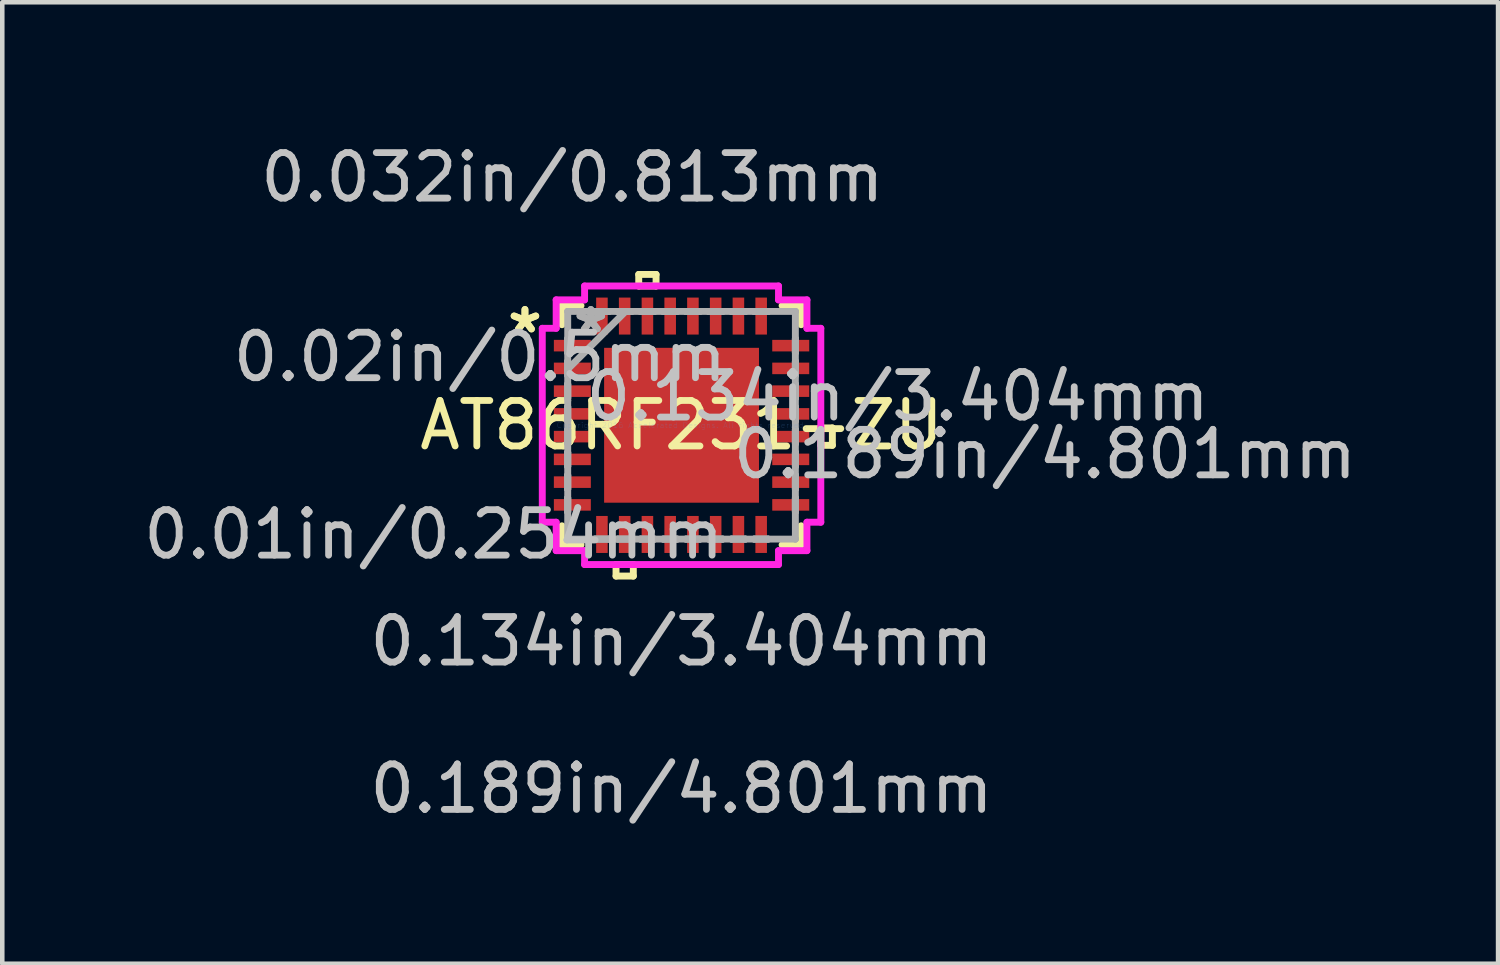
<source format=kicad_pcb>
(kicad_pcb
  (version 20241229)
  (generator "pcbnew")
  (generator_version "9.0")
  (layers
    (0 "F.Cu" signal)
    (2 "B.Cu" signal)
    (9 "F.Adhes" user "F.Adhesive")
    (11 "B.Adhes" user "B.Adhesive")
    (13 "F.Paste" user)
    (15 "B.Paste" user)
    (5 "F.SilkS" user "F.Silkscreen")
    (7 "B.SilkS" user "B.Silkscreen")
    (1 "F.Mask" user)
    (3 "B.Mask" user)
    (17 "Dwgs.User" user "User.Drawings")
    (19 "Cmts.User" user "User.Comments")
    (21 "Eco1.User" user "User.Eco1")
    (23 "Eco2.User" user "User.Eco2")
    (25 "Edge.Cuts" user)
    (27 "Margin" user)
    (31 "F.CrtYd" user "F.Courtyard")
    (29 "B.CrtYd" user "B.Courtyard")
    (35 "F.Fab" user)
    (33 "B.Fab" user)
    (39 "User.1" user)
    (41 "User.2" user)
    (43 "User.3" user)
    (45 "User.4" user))
  (footprint "AT86RF231-ZU"
    (layer "F.Cu")
    (at 11.93 6.297)
    (property "Reference" "AT86RF231-ZU" (at 0 0 0) (layer "F.SilkS") (effects (font (size 1 1) (thickness 0.15))))
    (attr through_hole)
    (fp_line (start -2.629 -2.629) (end -2.629 -2.21) (stroke (width 0.152) (type solid)) (layer "F.SilkS"))
    (fp_line (start -2.629 2.21) (end -2.629 2.629) (stroke (width 0.152) (type solid)) (layer "F.SilkS"))
    (fp_line (start -2.629 2.629) (end -2.21 2.629) (stroke (width 0.152) (type solid)) (layer "F.SilkS"))
    (fp_line (start -2.21 -2.629) (end -2.629 -2.629) (stroke (width 0.152) (type solid)) (layer "F.SilkS"))
    (fp_line (start -1.44 3.061) (end -1.44 3.315) (stroke (width 0.152) (type solid)) (layer "F.SilkS"))
    (fp_line (start -1.44 3.315) (end -1.06 3.315) (stroke (width 0.152) (type solid)) (layer "F.SilkS"))
    (fp_line (start -1.06 3.061) (end -1.44 3.061) (stroke (width 0.152) (type solid)) (layer "F.SilkS"))
    (fp_line (start -1.06 3.315) (end -1.06 3.061) (stroke (width 0.152) (type solid)) (layer "F.SilkS"))
    (fp_line (start -0.941 -3.315) (end -0.56 -3.315) (stroke (width 0.152) (type solid)) (layer "F.SilkS"))
    (fp_line (start -0.941 -3.061) (end -0.941 -3.315) (stroke (width 0.152) (type solid)) (layer "F.SilkS"))
    (fp_line (start -0.56 -3.315) (end -0.56 -3.061) (stroke (width 0.152) (type solid)) (layer "F.SilkS"))
    (fp_line (start -0.56 -3.061) (end -0.941 -3.061) (stroke (width 0.152) (type solid)) (layer "F.SilkS"))
    (fp_line (start 2.21 2.629) (end 2.629 2.629) (stroke (width 0.152) (type solid)) (layer "F.SilkS"))
    (fp_line (start 2.629 -2.629) (end 2.21 -2.629) (stroke (width 0.152) (type solid)) (layer "F.SilkS"))
    (fp_line (start 2.629 -2.21) (end 2.629 -2.629) (stroke (width 0.152) (type solid)) (layer "F.SilkS"))
    (fp_line (start 2.629 2.629) (end 2.629 2.21) (stroke (width 0.152) (type solid)) (layer "F.SilkS"))
    (fp_line (start 3.061 0.059) (end 3.315 0.059) (stroke (width 0.152) (type solid)) (layer "F.SilkS"))
    (fp_line (start 3.061 0.441) (end 3.061 0.059) (stroke (width 0.152) (type solid)) (layer "F.SilkS"))
    (fp_line (start 3.315 0.059) (end 3.315 0.441) (stroke (width 0.152) (type solid)) (layer "F.SilkS"))
    (fp_line (start 3.315 0.441) (end 3.061 0.441) (stroke (width 0.152) (type solid)) (layer "F.SilkS"))
    (fp_line (start -1.602 -1.602) (end -1.602 -0.1) (stroke (width 0.152) (type solid)) (layer "F.Paste"))
    (fp_line (start -1.602 -0.1) (end -0.1 -0.1) (stroke (width 0.152) (type solid)) (layer "F.Paste"))
    (fp_line (start -1.602 0.1) (end -1.602 1.602) (stroke (width 0.152) (type solid)) (layer "F.Paste"))
    (fp_line (start -1.602 1.602) (end -0.1 1.602) (stroke (width 0.152) (type solid)) (layer "F.Paste"))
    (fp_line (start -0.1 -1.602) (end -1.602 -1.602) (stroke (width 0.152) (type solid)) (layer "F.Paste"))
    (fp_line (start -0.1 -0.1) (end -0.1 -1.602) (stroke (width 0.152) (type solid)) (layer "F.Paste"))
    (fp_line (start -0.1 0.1) (end -1.602 0.1) (stroke (width 0.152) (type solid)) (layer "F.Paste"))
    (fp_line (start -0.1 1.602) (end -0.1 0.1) (stroke (width 0.152) (type solid)) (layer "F.Paste"))
    (fp_line (start 0.1 -1.602) (end 0.1 -0.1) (stroke (width 0.152) (type solid)) (layer "F.Paste"))
    (fp_line (start 0.1 -0.1) (end 1.602 -0.1) (stroke (width 0.152) (type solid)) (layer "F.Paste"))
    (fp_line (start 0.1 0.1) (end 0.1 1.602) (stroke (width 0.152) (type solid)) (layer "F.Paste"))
    (fp_line (start 0.1 1.602) (end 1.602 1.602) (stroke (width 0.152) (type solid)) (layer "F.Paste"))
    (fp_line (start 1.602 -1.602) (end 0.1 -1.602) (stroke (width 0.152) (type solid)) (layer "F.Paste"))
    (fp_line (start 1.602 -0.1) (end 1.602 -1.602) (stroke (width 0.152) (type solid)) (layer "F.Paste"))
    (fp_line (start 1.602 0.1) (end 0.1 0.1) (stroke (width 0.152) (type solid)) (layer "F.Paste"))
    (fp_line (start 1.602 1.602) (end 1.602 0.1) (stroke (width 0.152) (type solid)) (layer "F.Paste"))
    (fp_line (start -3.061 -2.131) (end -2.756 -2.131) (stroke (width 0.152) (type solid)) (layer "F.CrtYd"))
    (fp_line (start -3.061 2.131) (end -3.061 -2.131) (stroke (width 0.152) (type solid)) (layer "F.CrtYd"))
    (fp_line (start -2.756 -2.756) (end -2.131 -2.756) (stroke (width 0.152) (type solid)) (layer "F.CrtYd"))
    (fp_line (start -2.756 -2.131) (end -2.756 -2.756) (stroke (width 0.152) (type solid)) (layer "F.CrtYd"))
    (fp_line (start -2.756 2.131) (end -3.061 2.131) (stroke (width 0.152) (type solid)) (layer "F.CrtYd"))
    (fp_line (start -2.756 2.756) (end -2.756 2.131) (stroke (width 0.152) (type solid)) (layer "F.CrtYd"))
    (fp_line (start -2.131 -3.061) (end 2.131 -3.061) (stroke (width 0.152) (type solid)) (layer "F.CrtYd"))
    (fp_line (start -2.131 -2.756) (end -2.131 -3.061) (stroke (width 0.152) (type solid)) (layer "F.CrtYd"))
    (fp_line (start -2.131 2.756) (end -2.756 2.756) (stroke (width 0.152) (type solid)) (layer "F.CrtYd"))
    (fp_line (start -2.131 3.061) (end -2.131 2.756) (stroke (width 0.152) (type solid)) (layer "F.CrtYd"))
    (fp_line (start 2.131 -3.061) (end 2.131 -2.756) (stroke (width 0.152) (type solid)) (layer "F.CrtYd"))
    (fp_line (start 2.131 -2.756) (end 2.756 -2.756) (stroke (width 0.152) (type solid)) (layer "F.CrtYd"))
    (fp_line (start 2.131 2.756) (end 2.131 3.061) (stroke (width 0.152) (type solid)) (layer "F.CrtYd"))
    (fp_line (start 2.131 3.061) (end -2.131 3.061) (stroke (width 0.152) (type solid)) (layer "F.CrtYd"))
    (fp_line (start 2.756 -2.756) (end 2.756 -2.131) (stroke (width 0.152) (type solid)) (layer "F.CrtYd"))
    (fp_line (start 2.756 -2.131) (end 3.061 -2.131) (stroke (width 0.152) (type solid)) (layer "F.CrtYd"))
    (fp_line (start 2.756 2.131) (end 2.756 2.756) (stroke (width 0.152) (type solid)) (layer "F.CrtYd"))
    (fp_line (start 2.756 2.756) (end 2.131 2.756) (stroke (width 0.152) (type solid)) (layer "F.CrtYd"))
    (fp_line (start 3.061 -2.131) (end 3.061 2.131) (stroke (width 0.152) (type solid)) (layer "F.CrtYd"))
    (fp_line (start 3.061 2.131) (end 2.756 2.131) (stroke (width 0.152) (type solid)) (layer "F.CrtYd"))
    (fp_line (start -2.502 -2.502) (end -2.502 -2.502) (stroke (width 0.152) (type solid)) (layer "F.Fab"))
    (fp_line (start -2.502 -2.502) (end -2.502 2.502) (stroke (width 0.152) (type solid)) (layer "F.Fab"))
    (fp_line (start -2.502 -1.902) (end -2.502 -1.902) (stroke (width 0.152) (type solid)) (layer "F.Fab"))
    (fp_line (start -2.502 -1.902) (end -2.502 -1.598) (stroke (width 0.152) (type solid)) (layer "F.Fab"))
    (fp_line (start -2.502 -1.598) (end -2.502 -1.902) (stroke (width 0.152) (type solid)) (layer "F.Fab"))
    (fp_line (start -2.502 -1.598) (end -2.502 -1.598) (stroke (width 0.152) (type solid)) (layer "F.Fab"))
    (fp_line (start -2.502 -1.402) (end -2.502 -1.402) (stroke (width 0.152) (type solid)) (layer "F.Fab"))
    (fp_line (start -2.502 -1.402) (end -2.502 -1.098) (stroke (width 0.152) (type solid)) (layer "F.Fab"))
    (fp_line (start -2.502 -1.232) (end -1.232 -2.502) (stroke (width 0.152) (type solid)) (layer "F.Fab"))
    (fp_line (start -2.502 -1.098) (end -2.502 -1.402) (stroke (width 0.152) (type solid)) (layer "F.Fab"))
    (fp_line (start -2.502 -1.098) (end -2.502 -1.098) (stroke (width 0.152) (type solid)) (layer "F.Fab"))
    (fp_line (start -2.502 -0.902) (end -2.502 -0.902) (stroke (width 0.152) (type solid)) (layer "F.Fab"))
    (fp_line (start -2.502 -0.902) (end -2.502 -0.598) (stroke (width 0.152) (type solid)) (layer "F.Fab"))
    (fp_line (start -2.502 -0.598) (end -2.502 -0.902) (stroke (width 0.152) (type solid)) (layer "F.Fab"))
    (fp_line (start -2.502 -0.598) (end -2.502 -0.598) (stroke (width 0.152) (type solid)) (layer "F.Fab"))
    (fp_line (start -2.502 -0.402) (end -2.502 -0.402) (stroke (width 0.152) (type solid)) (layer "F.Fab"))
    (fp_line (start -2.502 -0.402) (end -2.502 -0.098) (stroke (width 0.152) (type solid)) (layer "F.Fab"))
    (fp_line (start -2.502 -0.098) (end -2.502 -0.402) (stroke (width 0.152) (type solid)) (layer "F.Fab"))
    (fp_line (start -2.502 -0.098) (end -2.502 -0.098) (stroke (width 0.152) (type solid)) (layer "F.Fab"))
    (fp_line (start -2.502 0.098) (end -2.502 0.098) (stroke (width 0.152) (type solid)) (layer "F.Fab"))
    (fp_line (start -2.502 0.098) (end -2.502 0.402) (stroke (width 0.152) (type solid)) (layer "F.Fab"))
    (fp_line (start -2.502 0.402) (end -2.502 0.098) (stroke (width 0.152) (type solid)) (layer "F.Fab"))
    (fp_line (start -2.502 0.402) (end -2.502 0.402) (stroke (width 0.152) (type solid)) (layer "F.Fab"))
    (fp_line (start -2.502 0.598) (end -2.502 0.598) (stroke (width 0.152) (type solid)) (layer "F.Fab"))
    (fp_line (start -2.502 0.598) (end -2.502 0.902) (stroke (width 0.152) (type solid)) (layer "F.Fab"))
    (fp_line (start -2.502 0.902) (end -2.502 0.598) (stroke (width 0.152) (type solid)) (layer "F.Fab"))
    (fp_line (start -2.502 0.902) (end -2.502 0.902) (stroke (width 0.152) (type solid)) (layer "F.Fab"))
    (fp_line (start -2.502 1.098) (end -2.502 1.098) (stroke (width 0.152) (type solid)) (layer "F.Fab"))
    (fp_line (start -2.502 1.098) (end -2.502 1.402) (stroke (width 0.152) (type solid)) (layer "F.Fab"))
    (fp_line (start -2.502 1.402) (end -2.502 1.098) (stroke (width 0.152) (type solid)) (layer "F.Fab"))
    (fp_line (start -2.502 1.402) (end -2.502 1.402) (stroke (width 0.152) (type solid)) (layer "F.Fab"))
    (fp_line (start -2.502 1.598) (end -2.502 1.598) (stroke (width 0.152) (type solid)) (layer "F.Fab"))
    (fp_line (start -2.502 1.598) (end -2.502 1.902) (stroke (width 0.152) (type solid)) (layer "F.Fab"))
    (fp_line (start -2.502 1.902) (end -2.502 1.598) (stroke (width 0.152) (type solid)) (layer "F.Fab"))
    (fp_line (start -2.502 1.902) (end -2.502 1.902) (stroke (width 0.152) (type solid)) (layer "F.Fab"))
    (fp_line (start -2.502 2.502) (end -2.502 2.502) (stroke (width 0.152) (type solid)) (layer "F.Fab"))
    (fp_line (start -2.502 2.502) (end 2.502 2.502) (stroke (width 0.152) (type solid)) (layer "F.Fab"))
    (fp_line (start -1.902 -2.502) (end -1.902 -2.502) (stroke (width 0.152) (type solid)) (layer "F.Fab"))
    (fp_line (start -1.902 -2.502) (end -1.598 -2.502) (stroke (width 0.152) (type solid)) (layer "F.Fab"))
    (fp_line (start -1.902 2.502) (end -1.902 2.502) (stroke (width 0.152) (type solid)) (layer "F.Fab"))
    (fp_line (start -1.902 2.502) (end -1.598 2.502) (stroke (width 0.152) (type solid)) (layer "F.Fab"))
    (fp_line (start -1.598 -2.502) (end -1.902 -2.502) (stroke (width 0.152) (type solid)) (layer "F.Fab"))
    (fp_line (start -1.598 -2.502) (end -1.598 -2.502) (stroke (width 0.152) (type solid)) (layer "F.Fab"))
    (fp_line (start -1.598 2.502) (end -1.902 2.502) (stroke (width 0.152) (type solid)) (layer "F.Fab"))
    (fp_line (start -1.598 2.502) (end -1.598 2.502) (stroke (width 0.152) (type solid)) (layer "F.Fab"))
    (fp_line (start -1.402 -2.502) (end -1.402 -2.502) (stroke (width 0.152) (type solid)) (layer "F.Fab"))
    (fp_line (start -1.402 -2.502) (end -1.098 -2.502) (stroke (width 0.152) (type solid)) (layer "F.Fab"))
    (fp_line (start -1.402 2.502) (end -1.402 2.502) (stroke (width 0.152) (type solid)) (layer "F.Fab"))
    (fp_line (start -1.402 2.502) (end -1.098 2.502) (stroke (width 0.152) (type solid)) (layer "F.Fab"))
    (fp_line (start -1.098 -2.502) (end -1.402 -2.502) (stroke (width 0.152) (type solid)) (layer "F.Fab"))
    (fp_line (start -1.098 -2.502) (end -1.098 -2.502) (stroke (width 0.152) (type solid)) (layer "F.Fab"))
    (fp_line (start -1.098 2.502) (end -1.402 2.502) (stroke (width 0.152) (type solid)) (layer "F.Fab"))
    (fp_line (start -1.098 2.502) (end -1.098 2.502) (stroke (width 0.152) (type solid)) (layer "F.Fab"))
    (fp_line (start -0.902 -2.502) (end -0.902 -2.502) (stroke (width 0.152) (type solid)) (layer "F.Fab"))
    (fp_line (start -0.902 -2.502) (end -0.598 -2.502) (stroke (width 0.152) (type solid)) (layer "F.Fab"))
    (fp_line (start -0.902 2.502) (end -0.902 2.502) (stroke (width 0.152) (type solid)) (layer "F.Fab"))
    (fp_line (start -0.902 2.502) (end -0.598 2.502) (stroke (width 0.152) (type solid)) (layer "F.Fab"))
    (fp_line (start -0.598 -2.502) (end -0.902 -2.502) (stroke (width 0.152) (type solid)) (layer "F.Fab"))
    (fp_line (start -0.598 -2.502) (end -0.598 -2.502) (stroke (width 0.152) (type solid)) (layer "F.Fab"))
    (fp_line (start -0.598 2.502) (end -0.902 2.502) (stroke (width 0.152) (type solid)) (layer "F.Fab"))
    (fp_line (start -0.598 2.502) (end -0.598 2.502) (stroke (width 0.152) (type solid)) (layer "F.Fab"))
    (fp_line (start -0.402 -2.502) (end -0.402 -2.502) (stroke (width 0.152) (type solid)) (layer "F.Fab"))
    (fp_line (start -0.402 -2.502) (end -0.098 -2.502) (stroke (width 0.152) (type solid)) (layer "F.Fab"))
    (fp_line (start -0.402 2.502) (end -0.402 2.502) (stroke (width 0.152) (type solid)) (layer "F.Fab"))
    (fp_line (start -0.402 2.502) (end -0.098 2.502) (stroke (width 0.152) (type solid)) (layer "F.Fab"))
    (fp_line (start -0.098 -2.502) (end -0.402 -2.502) (stroke (width 0.152) (type solid)) (layer "F.Fab"))
    (fp_line (start -0.098 -2.502) (end -0.098 -2.502) (stroke (width 0.152) (type solid)) (layer "F.Fab"))
    (fp_line (start -0.098 2.502) (end -0.402 2.502) (stroke (width 0.152) (type solid)) (layer "F.Fab"))
    (fp_line (start -0.098 2.502) (end -0.098 2.502) (stroke (width 0.152) (type solid)) (layer "F.Fab"))
    (fp_line (start 0.098 -2.502) (end 0.098 -2.502) (stroke (width 0.152) (type solid)) (layer "F.Fab"))
    (fp_line (start 0.098 -2.502) (end 0.402 -2.502) (stroke (width 0.152) (type solid)) (layer "F.Fab"))
    (fp_line (start 0.098 2.502) (end 0.098 2.502) (stroke (width 0.152) (type solid)) (layer "F.Fab"))
    (fp_line (start 0.098 2.502) (end 0.402 2.502) (stroke (width 0.152) (type solid)) (layer "F.Fab"))
    (fp_line (start 0.402 -2.502) (end 0.098 -2.502) (stroke (width 0.152) (type solid)) (layer "F.Fab"))
    (fp_line (start 0.402 -2.502) (end 0.402 -2.502) (stroke (width 0.152) (type solid)) (layer "F.Fab"))
    (fp_line (start 0.402 2.502) (end 0.098 2.502) (stroke (width 0.152) (type solid)) (layer "F.Fab"))
    (fp_line (start 0.402 2.502) (end 0.402 2.502) (stroke (width 0.152) (type solid)) (layer "F.Fab"))
    (fp_line (start 0.598 -2.502) (end 0.598 -2.502) (stroke (width 0.152) (type solid)) (layer "F.Fab"))
    (fp_line (start 0.598 -2.502) (end 0.902 -2.502) (stroke (width 0.152) (type solid)) (layer "F.Fab"))
    (fp_line (start 0.598 2.502) (end 0.598 2.502) (stroke (width 0.152) (type solid)) (layer "F.Fab"))
    (fp_line (start 0.598 2.502) (end 0.902 2.502) (stroke (width 0.152) (type solid)) (layer "F.Fab"))
    (fp_line (start 0.902 -2.502) (end 0.598 -2.502) (stroke (width 0.152) (type solid)) (layer "F.Fab"))
    (fp_line (start 0.902 -2.502) (end 0.902 -2.502) (stroke (width 0.152) (type solid)) (layer "F.Fab"))
    (fp_line (start 0.902 2.502) (end 0.598 2.502) (stroke (width 0.152) (type solid)) (layer "F.Fab"))
    (fp_line (start 0.902 2.502) (end 0.902 2.502) (stroke (width 0.152) (type solid)) (layer "F.Fab"))
    (fp_line (start 1.098 -2.502) (end 1.098 -2.502) (stroke (width 0.152) (type solid)) (layer "F.Fab"))
    (fp_line (start 1.098 -2.502) (end 1.402 -2.502) (stroke (width 0.152) (type solid)) (layer "F.Fab"))
    (fp_line (start 1.098 2.502) (end 1.098 2.502) (stroke (width 0.152) (type solid)) (layer "F.Fab"))
    (fp_line (start 1.098 2.502) (end 1.402 2.502) (stroke (width 0.152) (type solid)) (layer "F.Fab"))
    (fp_line (start 1.402 -2.502) (end 1.098 -2.502) (stroke (width 0.152) (type solid)) (layer "F.Fab"))
    (fp_line (start 1.402 -2.502) (end 1.402 -2.502) (stroke (width 0.152) (type solid)) (layer "F.Fab"))
    (fp_line (start 1.402 2.502) (end 1.098 2.502) (stroke (width 0.152) (type solid)) (layer "F.Fab"))
    (fp_line (start 1.402 2.502) (end 1.402 2.502) (stroke (width 0.152) (type solid)) (layer "F.Fab"))
    (fp_line (start 1.598 -2.502) (end 1.598 -2.502) (stroke (width 0.152) (type solid)) (layer "F.Fab"))
    (fp_line (start 1.598 -2.502) (end 1.902 -2.502) (stroke (width 0.152) (type solid)) (layer "F.Fab"))
    (fp_line (start 1.598 2.502) (end 1.598 2.502) (stroke (width 0.152) (type solid)) (layer "F.Fab"))
    (fp_line (start 1.598 2.502) (end 1.902 2.502) (stroke (width 0.152) (type solid)) (layer "F.Fab"))
    (fp_line (start 1.902 -2.502) (end 1.598 -2.502) (stroke (width 0.152) (type solid)) (layer "F.Fab"))
    (fp_line (start 1.902 -2.502) (end 1.902 -2.502) (stroke (width 0.152) (type solid)) (layer "F.Fab"))
    (fp_line (start 1.902 2.502) (end 1.598 2.502) (stroke (width 0.152) (type solid)) (layer "F.Fab"))
    (fp_line (start 1.902 2.502) (end 1.902 2.502) (stroke (width 0.152) (type solid)) (layer "F.Fab"))
    (fp_line (start 2.502 -2.502) (end -2.502 -2.502) (stroke (width 0.152) (type solid)) (layer "F.Fab"))
    (fp_line (start 2.502 -2.502) (end 2.502 -2.502) (stroke (width 0.152) (type solid)) (layer "F.Fab"))
    (fp_line (start 2.502 -1.902) (end 2.502 -1.902) (stroke (width 0.152) (type solid)) (layer "F.Fab"))
    (fp_line (start 2.502 -1.902) (end 2.502 -1.598) (stroke (width 0.152) (type solid)) (layer "F.Fab"))
    (fp_line (start 2.502 -1.598) (end 2.502 -1.902) (stroke (width 0.152) (type solid)) (layer "F.Fab"))
    (fp_line (start 2.502 -1.598) (end 2.502 -1.598) (stroke (width 0.152) (type solid)) (layer "F.Fab"))
    (fp_line (start 2.502 -1.402) (end 2.502 -1.402) (stroke (width 0.152) (type solid)) (layer "F.Fab"))
    (fp_line (start 2.502 -1.402) (end 2.502 -1.098) (stroke (width 0.152) (type solid)) (layer "F.Fab"))
    (fp_line (start 2.502 -1.098) (end 2.502 -1.402) (stroke (width 0.152) (type solid)) (layer "F.Fab"))
    (fp_line (start 2.502 -1.098) (end 2.502 -1.098) (stroke (width 0.152) (type solid)) (layer "F.Fab"))
    (fp_line (start 2.502 -0.902) (end 2.502 -0.902) (stroke (width 0.152) (type solid)) (layer "F.Fab"))
    (fp_line (start 2.502 -0.902) (end 2.502 -0.598) (stroke (width 0.152) (type solid)) (layer "F.Fab"))
    (fp_line (start 2.502 -0.598) (end 2.502 -0.902) (stroke (width 0.152) (type solid)) (layer "F.Fab"))
    (fp_line (start 2.502 -0.598) (end 2.502 -0.598) (stroke (width 0.152) (type solid)) (layer "F.Fab"))
    (fp_line (start 2.502 -0.402) (end 2.502 -0.402) (stroke (width 0.152) (type solid)) (layer "F.Fab"))
    (fp_line (start 2.502 -0.402) (end 2.502 -0.098) (stroke (width 0.152) (type solid)) (layer "F.Fab"))
    (fp_line (start 2.502 -0.098) (end 2.502 -0.402) (stroke (width 0.152) (type solid)) (layer "F.Fab"))
    (fp_line (start 2.502 -0.098) (end 2.502 -0.098) (stroke (width 0.152) (type solid)) (layer "F.Fab"))
    (fp_line (start 2.502 0.098) (end 2.502 0.098) (stroke (width 0.152) (type solid)) (layer "F.Fab"))
    (fp_line (start 2.502 0.098) (end 2.502 0.402) (stroke (width 0.152) (type solid)) (layer "F.Fab"))
    (fp_line (start 2.502 0.402) (end 2.502 0.098) (stroke (width 0.152) (type solid)) (layer "F.Fab"))
    (fp_line (start 2.502 0.402) (end 2.502 0.402) (stroke (width 0.152) (type solid)) (layer "F.Fab"))
    (fp_line (start 2.502 0.598) (end 2.502 0.598) (stroke (width 0.152) (type solid)) (layer "F.Fab"))
    (fp_line (start 2.502 0.598) (end 2.502 0.902) (stroke (width 0.152) (type solid)) (layer "F.Fab"))
    (fp_line (start 2.502 0.902) (end 2.502 0.598) (stroke (width 0.152) (type solid)) (layer "F.Fab"))
    (fp_line (start 2.502 0.902) (end 2.502 0.902) (stroke (width 0.152) (type solid)) (layer "F.Fab"))
    (fp_line (start 2.502 1.098) (end 2.502 1.098) (stroke (width 0.152) (type solid)) (layer "F.Fab"))
    (fp_line (start 2.502 1.098) (end 2.502 1.402) (stroke (width 0.152) (type solid)) (layer "F.Fab"))
    (fp_line (start 2.502 1.402) (end 2.502 1.098) (stroke (width 0.152) (type solid)) (layer "F.Fab"))
    (fp_line (start 2.502 1.402) (end 2.502 1.402) (stroke (width 0.152) (type solid)) (layer "F.Fab"))
    (fp_line (start 2.502 1.598) (end 2.502 1.598) (stroke (width 0.152) (type solid)) (layer "F.Fab"))
    (fp_line (start 2.502 1.598) (end 2.502 1.902) (stroke (width 0.152) (type solid)) (layer "F.Fab"))
    (fp_line (start 2.502 1.902) (end 2.502 1.598) (stroke (width 0.152) (type solid)) (layer "F.Fab"))
    (fp_line (start 2.502 1.902) (end 2.502 1.902) (stroke (width 0.152) (type solid)) (layer "F.Fab"))
    (fp_line (start 2.502 2.502) (end 2.502 -2.502) (stroke (width 0.152) (type solid)) (layer "F.Fab"))
    (fp_line (start 2.502 2.502) (end 2.502 2.502) (stroke (width 0.152) (type solid)) (layer "F.Fab"))
    (fp_text user "*" (at -3.442 -2 0) (layer "F.SilkS") (effects (font (size 1 1) (thickness 0.15))))
    (fp_text user "*" (at -3.442 -2 0) (layer "F.SilkS") (effects (font (size 1 1) (thickness 0.15))))
    (fp_text user "0.189in/4.801mm" (at 0 7.988 0) (layer "Dwgs.User") (effects (font (size 1 1) (thickness 0.15))))
    (fp_text user "0.02in/0.5mm" (at -4.432 -1.5 0) (layer "Dwgs.User") (effects (font (size 1 1) (thickness 0.15))))
    (fp_text user "0.189in/4.801mm" (at 7.988 0.635 0) (layer "Dwgs.User") (effects (font (size 1 1) (thickness 0.15))))
    (fp_text user "0.134in/3.404mm" (at 0 4.75 0) (layer "Dwgs.User") (effects (font (size 1 1) (thickness 0.15))))
    (fp_text user "0.01in/0.254mm" (at -5.448 2.4 0) (layer "Dwgs.User") (effects (font (size 1 1) (thickness 0.15))))
    (fp_text user "0.032in/0.813mm" (at -2.4 -5.448 0) (layer "Dwgs.User") (effects (font (size 1 1) (thickness 0.15))))
    (fp_text user "0.134in/3.404mm" (at 4.75 -0.635 0) (layer "Dwgs.User") (effects (font (size 1 1) (thickness 0.15))))
    (fp_text user "Copyright 2016 Accelerated Designs. All rights reserved." (at 0 0 0) (layer "Cmts.User") (effects (font (size 0.127 0.127) (thickness 0.002))))
    (fp_text user "*" (at -1.994 -2 0) (layer "F.Fab") (effects (font (size 1 1) (thickness 0.15))))
    (fp_text user "*" (at -1.994 -2 0) (layer "F.Fab") (effects (font (size 1 1) (thickness 0.15))))
    (pad "1" smd rect (at -2.4 -1.75 90) (size 0.254 0.813) (layers "F.Cu" "F.Mask" "F.Paste"))
    (pad "2" smd rect (at -2.4 -1.25 90) (size 0.254 0.813) (layers "F.Cu" "F.Mask" "F.Paste"))
    (pad "3" smd rect (at -2.4 -0.75 90) (size 0.254 0.813) (layers "F.Cu" "F.Mask" "F.Paste"))
    (pad "4" smd rect (at -2.4 -0.25 90) (size 0.254 0.813) (layers "F.Cu" "F.Mask" "F.Paste"))
    (pad "5" smd rect (at -2.4 0.25 90) (size 0.254 0.813) (layers "F.Cu" "F.Mask" "F.Paste"))
    (pad "6" smd rect (at -2.4 0.75 90) (size 0.254 0.813) (layers "F.Cu" "F.Mask" "F.Paste"))
    (pad "7" smd rect (at -2.4 1.25 90) (size 0.254 0.813) (layers "F.Cu" "F.Mask" "F.Paste"))
    (pad "8" smd rect (at -2.4 1.75 90) (size 0.254 0.813) (layers "F.Cu" "F.Mask" "F.Paste"))
    (pad "9" smd rect (at -1.75 2.4) (size 0.254 0.813) (layers "F.Cu" "F.Mask" "F.Paste"))
    (pad "10" smd rect (at -1.25 2.4) (size 0.254 0.813) (layers "F.Cu" "F.Mask" "F.Paste"))
    (pad "11" smd rect (at -0.75 2.4) (size 0.254 0.813) (layers "F.Cu" "F.Mask" "F.Paste"))
    (pad "12" smd rect (at -0.25 2.4) (size 0.254 0.813) (layers "F.Cu" "F.Mask" "F.Paste"))
    (pad "13" smd rect (at 0.25 2.4) (size 0.254 0.813) (layers "F.Cu" "F.Mask" "F.Paste"))
    (pad "14" smd rect (at 0.75 2.4) (size 0.254 0.813) (layers "F.Cu" "F.Mask" "F.Paste"))
    (pad "15" smd rect (at 1.25 2.4) (size 0.254 0.813) (layers "F.Cu" "F.Mask" "F.Paste"))
    (pad "16" smd rect (at 1.75 2.4) (size 0.254 0.813) (layers "F.Cu" "F.Mask" "F.Paste"))
    (pad "17" smd rect (at 2.4 1.75 90) (size 0.254 0.813) (layers "F.Cu" "F.Mask" "F.Paste"))
    (pad "18" smd rect (at 2.4 1.25 90) (size 0.254 0.813) (layers "F.Cu" "F.Mask" "F.Paste"))
    (pad "19" smd rect (at 2.4 0.75 90) (size 0.254 0.813) (layers "F.Cu" "F.Mask" "F.Paste"))
    (pad "20" smd rect (at 2.4 0.25 90) (size 0.254 0.813) (layers "F.Cu" "F.Mask" "F.Paste"))
    (pad "21" smd rect (at 2.4 -0.25 90) (size 0.254 0.813) (layers "F.Cu" "F.Mask" "F.Paste"))
    (pad "22" smd rect (at 2.4 -0.75 90) (size 0.254 0.813) (layers "F.Cu" "F.Mask" "F.Paste"))
    (pad "23" smd rect (at 2.4 -1.25 90) (size 0.254 0.813) (layers "F.Cu" "F.Mask" "F.Paste"))
    (pad "24" smd rect (at 2.4 -1.75 90) (size 0.254 0.813) (layers "F.Cu" "F.Mask" "F.Paste"))
    (pad "25" smd rect (at 1.75 -2.4) (size 0.254 0.813) (layers "F.Cu" "F.Mask" "F.Paste"))
    (pad "26" smd rect (at 1.25 -2.4) (size 0.254 0.813) (layers "F.Cu" "F.Mask" "F.Paste"))
    (pad "27" smd rect (at 0.75 -2.4) (size 0.254 0.813) (layers "F.Cu" "F.Mask" "F.Paste"))
    (pad "28" smd rect (at 0.25 -2.4) (size 0.254 0.813) (layers "F.Cu" "F.Mask" "F.Paste"))
    (pad "29" smd rect (at -0.25 -2.4) (size 0.254 0.813) (layers "F.Cu" "F.Mask" "F.Paste"))
    (pad "30" smd rect (at -0.75 -2.4) (size 0.254 0.813) (layers "F.Cu" "F.Mask" "F.Paste"))
    (pad "31" smd rect (at -1.25 -2.4) (size 0.254 0.813) (layers "F.Cu" "F.Mask" "F.Paste"))
    (pad "32" smd rect (at -1.75 -2.4) (size 0.254 0.813) (layers "F.Cu" "F.Mask" "F.Paste"))
    (pad "33" smd rect (at 0 0) (size 3.404 3.404) (layers "F.Cu" "F.Mask" "F.Paste")))
  (gr_rect
    (start -3 -3)
    (end 29.877 18.133)
    (stroke (width 0.1) (type default))
    (fill no)
    (layer "Edge.Cuts")))
</source>
